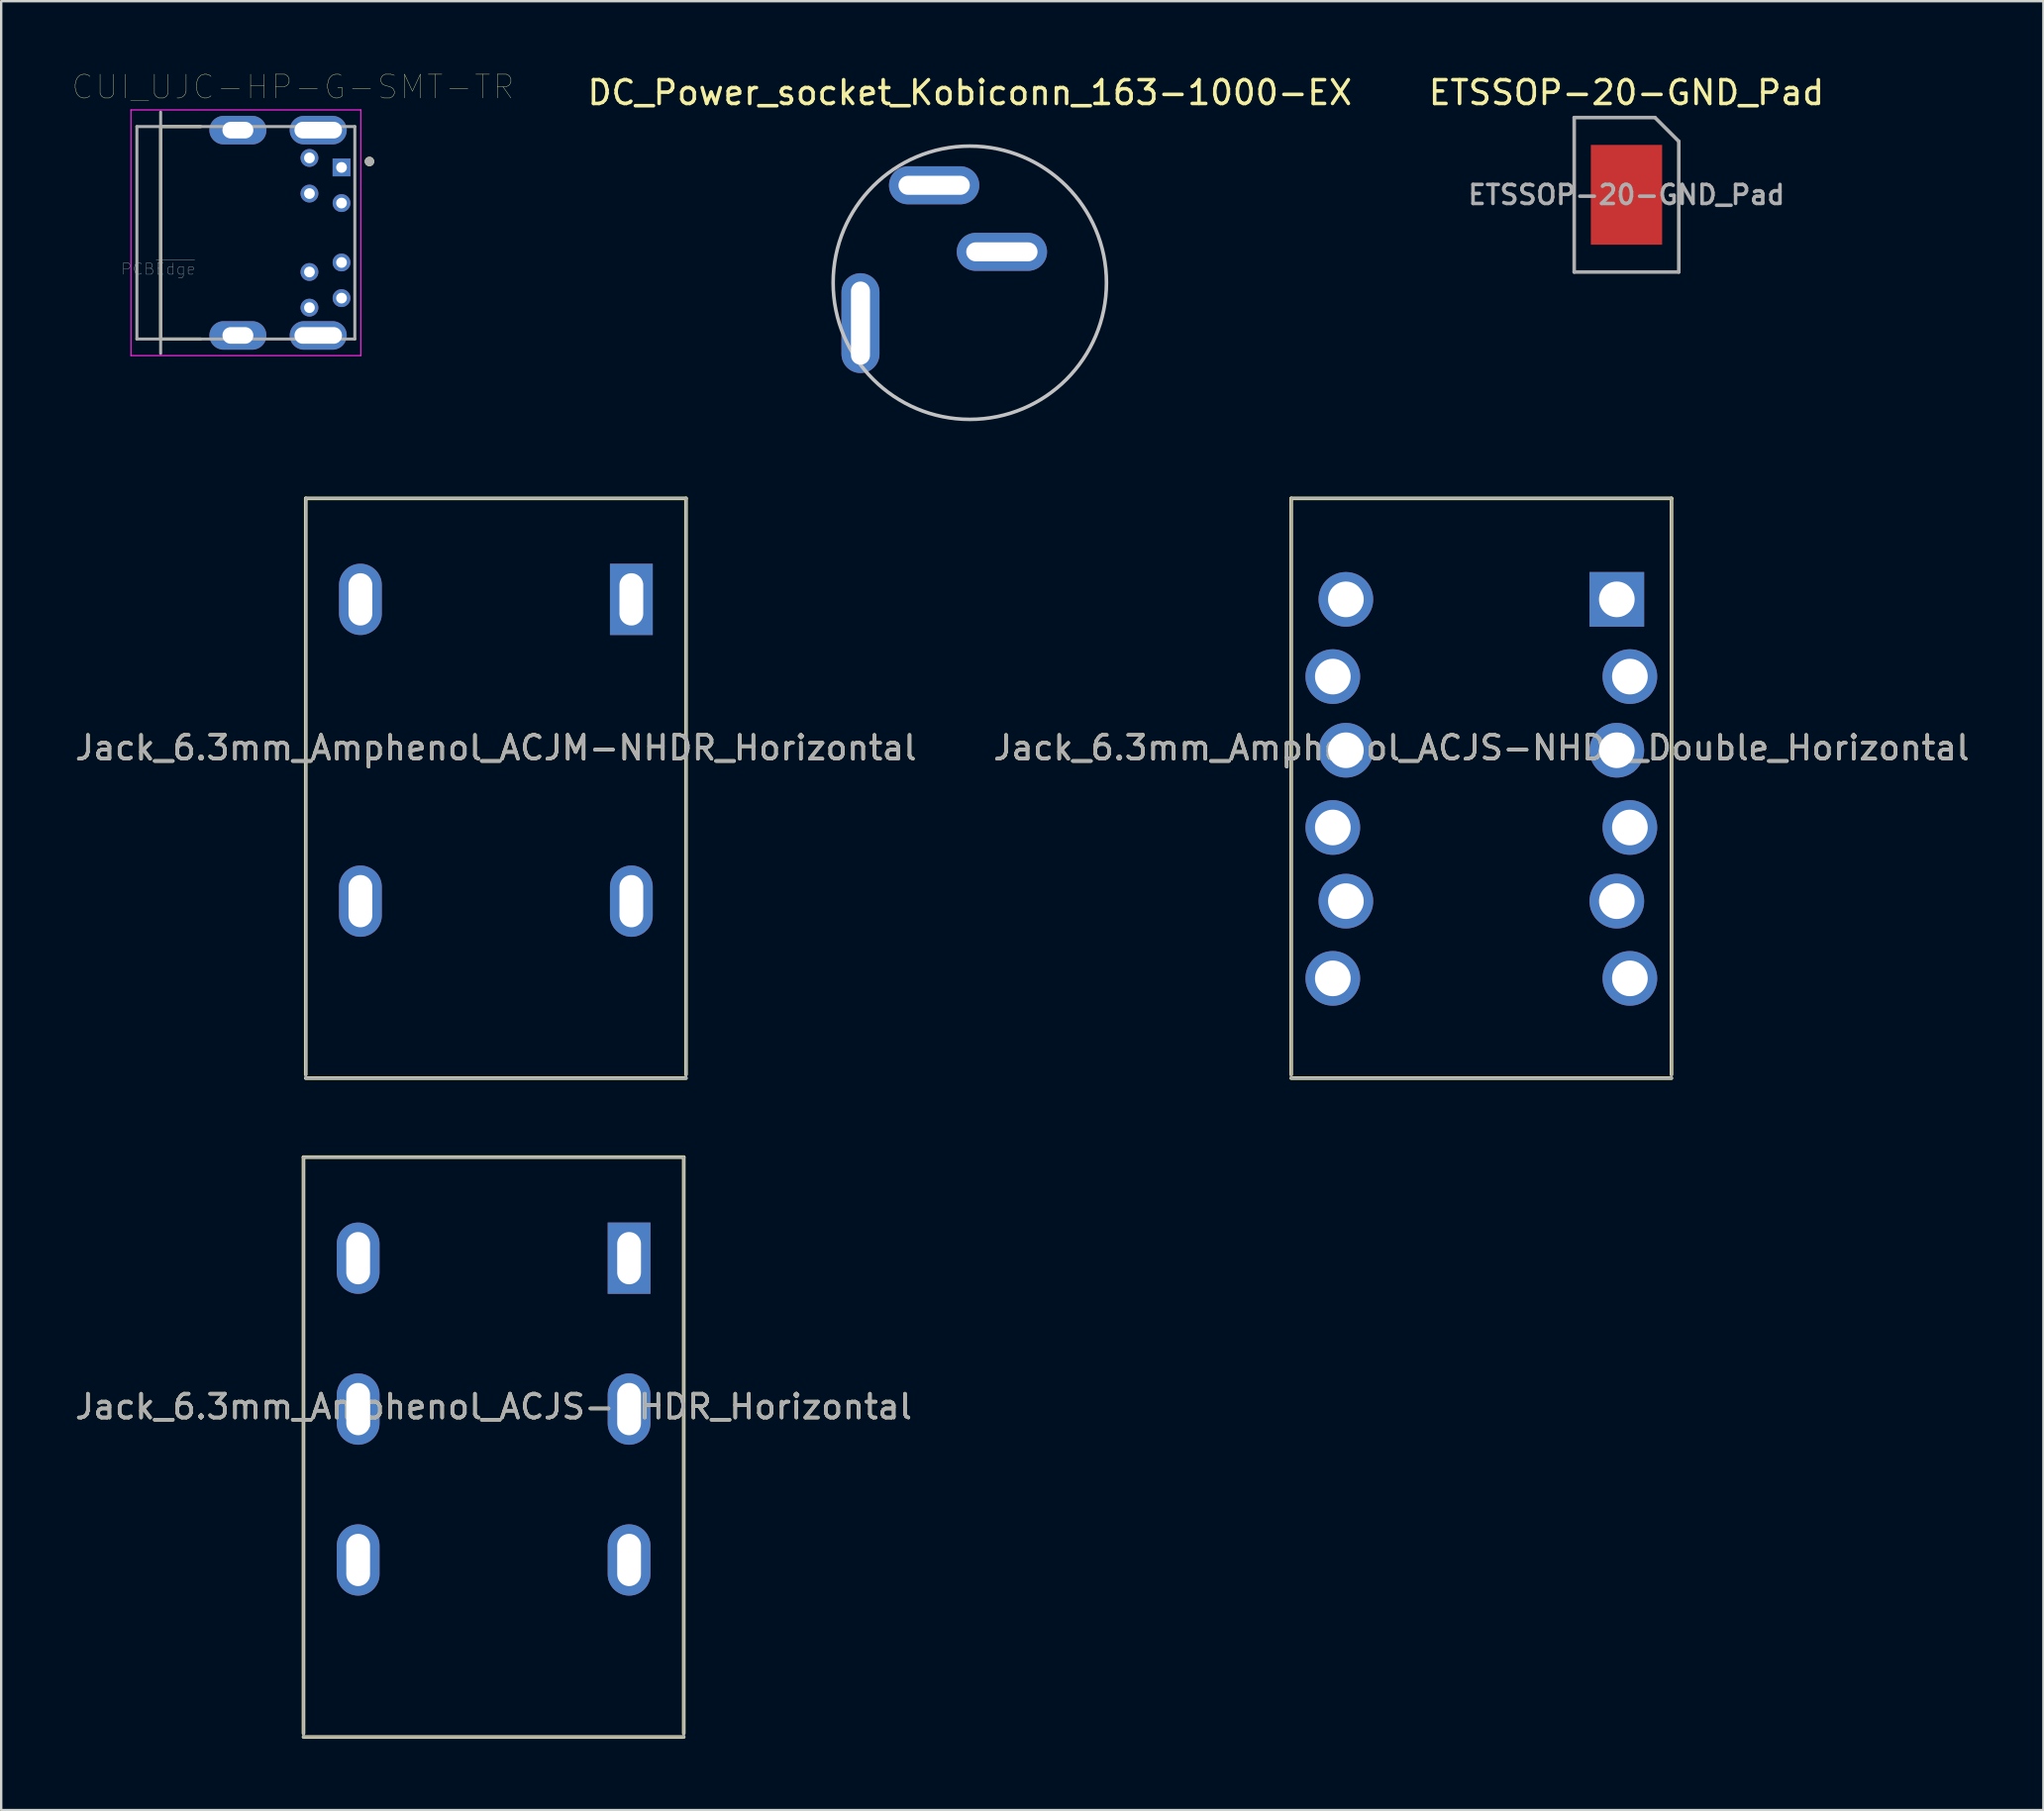
<source format=kicad_pcb>
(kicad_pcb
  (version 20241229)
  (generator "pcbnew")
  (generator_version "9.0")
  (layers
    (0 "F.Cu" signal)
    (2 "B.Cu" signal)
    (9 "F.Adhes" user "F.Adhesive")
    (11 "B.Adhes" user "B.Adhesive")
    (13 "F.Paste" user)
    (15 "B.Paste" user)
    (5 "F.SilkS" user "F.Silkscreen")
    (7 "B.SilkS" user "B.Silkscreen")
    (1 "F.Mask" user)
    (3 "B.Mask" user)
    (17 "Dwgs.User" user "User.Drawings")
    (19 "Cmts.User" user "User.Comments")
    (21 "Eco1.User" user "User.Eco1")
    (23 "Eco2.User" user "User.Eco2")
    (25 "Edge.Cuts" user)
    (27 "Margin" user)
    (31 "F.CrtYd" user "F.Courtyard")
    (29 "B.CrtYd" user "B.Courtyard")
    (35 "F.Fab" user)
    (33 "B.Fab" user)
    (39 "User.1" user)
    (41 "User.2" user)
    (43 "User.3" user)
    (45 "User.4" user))
  (footprint "CUI_UJC-HP-G-SMT-TR"
    (layer "F.Cu")
    (at 7.295 6.746)
    (property "Reference" "CUI_UJC-HP-G-SMT-TR" (at 1.985 -6.135 0) (layer "F.SilkS") (effects (font (size 1 1) (thickness 0.015))))
    (attr through_hole)
    (fp_line (start -3.585 -4.47) (end -3.585 4.47) (stroke (width 0.127) (type solid)) (layer "F.SilkS"))
    (fp_line (start -3.585 4.47) (end -1.9 4.47) (stroke (width 0.127) (type solid)) (layer "F.SilkS"))
    (fp_line (start -1.9 -4.47) (end -3.585 -4.47) (stroke (width 0.127) (type solid)) (layer "F.SilkS"))
    (fp_circle (center 5.2 -3) (end 5.3 -3) (stroke (width 0.2) (type solid)) (fill no) (layer "F.SilkS"))
    (fp_line (start -4.835 -5.17) (end -4.835 5.17) (stroke (width 0.05) (type solid)) (layer "F.CrtYd"))
    (fp_line (start -4.835 5.17) (end 4.835 5.17) (stroke (width 0.05) (type solid)) (layer "F.CrtYd"))
    (fp_line (start 4.835 -5.17) (end -4.835 -5.17) (stroke (width 0.05) (type solid)) (layer "F.CrtYd"))
    (fp_line (start 4.835 5.17) (end 4.835 -5.17) (stroke (width 0.05) (type solid)) (layer "F.CrtYd"))
    (fp_line (start -4.585 -4.47) (end -4.585 4.47) (stroke (width 0.127) (type solid)) (layer "F.Fab"))
    (fp_line (start -4.585 4.47) (end 4.585 4.47) (stroke (width 0.127) (type solid)) (layer "F.Fab"))
    (fp_line (start -3.585 -5.08) (end -3.585 5.08) (stroke (width 0.127) (type solid)) (layer "F.Fab"))
    (fp_line (start 4.585 -4.47) (end -4.585 -4.47) (stroke (width 0.127) (type solid)) (layer "F.Fab"))
    (fp_line (start 4.585 4.47) (end 4.585 -4.47) (stroke (width 0.127) (type solid)) (layer "F.Fab"))
    (fp_circle (center 5.2 -3) (end 5.3 -3) (stroke (width 0.2) (type solid)) (fill no) (layer "F.Fab"))
    (fp_text user "PCB~{Edge}" (at -3.683 1.524 0) (layer "F.Fab") (effects (font (size 0.48 0.48) (thickness 0.015))))
    (pad "A1" thru_hole rect (at 4.025 -2.75) (size 0.75 0.75) (drill 0.45) (layers "*.Cu" "*.Mask"))
    (pad "A4" thru_hole circle (at 4.025 -1.25) (size 0.75 0.75) (drill 0.45) (layers "*.Cu" "*.Mask"))
    (pad "A9" thru_hole circle (at 4.025 1.25) (size 0.75 0.75) (drill 0.45) (layers "*.Cu" "*.Mask"))
    (pad "A12" thru_hole circle (at 4.025 2.75) (size 0.75 0.75) (drill 0.45) (layers "*.Cu" "*.Mask"))
    (pad "B1" thru_hole circle (at 2.675 3.15) (size 0.75 0.75) (drill 0.45) (layers "*.Cu" "*.Mask"))
    (pad "B4" thru_hole circle (at 2.675 1.65) (size 0.75 0.75) (drill 0.45) (layers "*.Cu" "*.Mask"))
    (pad "B9" thru_hole circle (at 2.675 -1.65) (size 0.75 0.75) (drill 0.45) (layers "*.Cu" "*.Mask"))
    (pad "B12" thru_hole circle (at 2.675 -3.15) (size 0.75 0.75) (drill 0.45) (layers "*.Cu" "*.Mask"))
    (pad "S1" thru_hole oval (at 3.045 -4.32) (size 2.4 1.2) (drill oval 2 0.7) (layers "*.Cu" "*.Mask"))
    (pad "S2" thru_hole oval (at 3.045 4.32) (size 2.4 1.2) (drill oval 2 0.7) (layers "*.Cu" "*.Mask"))
    (pad "S3" thru_hole oval (at -0.335 -4.32) (size 2.4 1.2) (drill oval 1.3 0.7) (layers "*.Cu" "*.Mask"))
    (pad "S4" thru_hole oval (at -0.335 4.32) (size 2.4 1.2) (drill oval 1.3 0.7) (layers "*.Cu" "*.Mask")))
  (footprint "Jack_6.3mm_Amphenol_ACJS-NHDR_Horizontal"
    (layer "F.Cu")
    (at 17.72 45.648)
    (property "Reference" "Jack_6.3mm_Amphenol_ACJS-NHDR_Horizontal" (at 0 10.5 0) (layer "F.SilkS") (effects (font (size 1 1) (thickness 0.15))))
    (attr through_hole)
    (fp_line (start -8 0) (end 8 0) (stroke (width 0.15) (type solid)) (layer "F.SilkS"))
    (fp_line (start -8 24.25) (end -8 0) (stroke (width 0.15) (type solid)) (layer "F.SilkS"))
    (fp_line (start 8 0) (end 8 24.25) (stroke (width 0.15) (type solid)) (layer "F.SilkS"))
    (fp_line (start 8 24.4) (end -8 24.4) (stroke (width 0.15) (type solid)) (layer "F.SilkS"))
    (fp_line (start -8 0) (end 8 0) (stroke (width 0.1) (type solid)) (layer "F.Fab"))
    (fp_line (start -8 24.4) (end -8 0) (stroke (width 0.1) (type solid)) (layer "F.Fab"))
    (fp_line (start -8 24.4) (end 8 24.4) (stroke (width 0.1) (type solid)) (layer "F.Fab"))
    (fp_line (start 8 24.4) (end 8 0) (stroke (width 0.1) (type solid)) (layer "F.Fab"))
    (fp_text user "${REFERENCE}" (at 0 10.5 0) (layer "F.Fab") (effects (font (size 1 1) (thickness 0.15))))
    (pad "1" thru_hole rect (at 5.7 4.25) (size 1.8 3) (drill oval 1 2.2) (layers "*.Cu" "*.Mask"))
    (pad "2" thru_hole oval (at 5.7 10.6) (size 1.8 3) (drill oval 1 2.2) (layers "*.Cu" "*.Mask"))
    (pad "3" thru_hole oval (at 5.7 16.95) (size 1.8 3) (drill oval 1 2.2) (layers "*.Cu" "*.Mask"))
    (pad "4" thru_hole oval (at -5.7 4.25) (size 1.8 3) (drill oval 1 2.2) (layers "*.Cu" "*.Mask"))
    (pad "5" thru_hole oval (at -5.7 10.6) (size 1.8 3) (drill oval 1 2.2) (layers "*.Cu" "*.Mask"))
    (pad "6" thru_hole oval (at -5.7 16.95) (size 1.8 3) (drill oval 1 2.2) (layers "*.Cu" "*.Mask")))
  (footprint "Jack_6.3mm_Amphenol_ACJM-NHDR_Horizontal"
    (layer "F.Cu")
    (at 17.815 17.923)
    (property "Reference" "Jack_6.3mm_Amphenol_ACJM-NHDR_Horizontal" (at 0 10.5 0) (layer "F.SilkS") (effects (font (size 1 1) (thickness 0.15))))
    (attr through_hole)
    (fp_line (start -8 0) (end 8 0) (stroke (width 0.15) (type solid)) (layer "F.SilkS"))
    (fp_line (start -8 24.25) (end -8 0) (stroke (width 0.15) (type solid)) (layer "F.SilkS"))
    (fp_line (start 8 0) (end 8 24.25) (stroke (width 0.15) (type solid)) (layer "F.SilkS"))
    (fp_line (start 8 24.4) (end -8 24.4) (stroke (width 0.15) (type solid)) (layer "F.SilkS"))
    (fp_line (start -8 0) (end 8 0) (stroke (width 0.1) (type solid)) (layer "F.Fab"))
    (fp_line (start -8 24.4) (end -8 0) (stroke (width 0.1) (type solid)) (layer "F.Fab"))
    (fp_line (start -8 24.4) (end 8 24.4) (stroke (width 0.1) (type solid)) (layer "F.Fab"))
    (fp_line (start 8 24.4) (end 8 0) (stroke (width 0.1) (type solid)) (layer "F.Fab"))
    (fp_text user "${REFERENCE}" (at 0 10.5 0) (layer "F.Fab") (effects (font (size 1 1) (thickness 0.15))))
    (pad "1" thru_hole rect (at 5.7 4.25) (size 1.8 3) (drill oval 1 2.2) (layers "*.Cu" "*.Mask"))
    (pad "3" thru_hole oval (at 5.7 16.95) (size 1.8 3) (drill oval 1 2.2) (layers "*.Cu" "*.Mask"))
    (pad "4" thru_hole oval (at -5.7 4.25) (size 1.8 3) (drill oval 1 2.2) (layers "*.Cu" "*.Mask"))
    (pad "6" thru_hole oval (at -5.7 16.95) (size 1.8 3) (drill oval 1 2.2) (layers "*.Cu" "*.Mask")))
  (footprint "ETSSOP-20-GND_Pad"
    (layer "F.Cu")
    (at 65.387 5.148)
    (property "Reference" "ETSSOP-20-GND_Pad" (at 0 -4.3 0) (layer "F.SilkS") (effects (font (size 1 1) (thickness 0.15))))
    (attr smd)
    (fp_line (start -2.2 -3.25) (end 1.2 -3.25) (stroke (width 0.15) (type solid)) (layer "F.Fab"))
    (fp_line (start -2.2 3.25) (end -2.2 -3.25) (stroke (width 0.15) (type solid)) (layer "F.Fab"))
    (fp_line (start 2.2 -2.25) (end 1.2 -3.25) (stroke (width 0.15) (type solid)) (layer "F.Fab"))
    (fp_line (start 2.2 -2.25) (end 2.2 3.25) (stroke (width 0.15) (type solid)) (layer "F.Fab"))
    (fp_line (start 2.2 3.25) (end -2.2 3.25) (stroke (width 0.15) (type solid)) (layer "F.Fab"))
    (fp_text user "${REFERENCE}" (at 0 0 0) (layer "F.Fab") (effects (font (size 0.8 0.8) (thickness 0.15))))
    (pad "" smd rect (at -0.75 -1.4) (size 1.2 1.14) (layers "F.Paste"))
    (pad "" smd rect (at -0.75 0) (size 1.2 1.14) (layers "F.Paste"))
    (pad "" smd rect (at -0.75 1.4) (size 1.2 1.14) (layers "F.Paste"))
    (pad "" smd rect (at 0.75 -1.4) (size 1.2 1.14) (layers "F.Paste"))
    (pad "" smd rect (at 0.75 0) (size 1.2 1.14) (layers "F.Paste"))
    (pad "" smd rect (at 0.75 1.4) (size 1.2 1.14) (layers "F.Paste"))
    (pad "21" smd rect (at 0 0) (size 3 4.2) (layers "F.Cu" "F.Mask" "F.Paste")))
  (footprint "DC_Power_socket_Kobiconn_163-1000-EX"
    (layer "F.Cu")
    (at 37.756 8.848)
    (property "Reference" "DC_Power_socket_Kobiconn_163-1000-EX" (at 0 -8 0) (layer "F.SilkS") (effects (font (size 1 1) (thickness 0.15))))
    (attr through_hole)
    (fp_circle (center 0 0) (end 5.75 0) (stroke (width 0.15) (type solid)) (fill no) (layer "Dwgs.User"))
    (pad "1" thru_hole oval (at -4.6 1.7) (size 1.6 4.2) (drill oval 0.8 3.5) (layers "*.Cu" "*.Mask"))
    (pad "2" thru_hole oval (at 1.35 -1.3) (size 3.8 1.6) (drill oval 3 0.8) (layers "*.Cu" "*.Mask"))
    (pad "3" thru_hole oval (at -1.5 -4.1) (size 3.8 1.6) (drill oval 3 0.8) (layers "*.Cu" "*.Mask")))
  (footprint "Jack_6.3mm_Amphenol_ACJS-NHDC_Double_Horizontal"
    (layer "F.Cu")
    (at 59.28 17.923)
    (property "Reference" "Jack_6.3mm_Amphenol_ACJS-NHDC_Double_Horizontal" (at 0 10.5 0) (layer "F.SilkS") (effects (font (size 1 1) (thickness 0.15))))
    (attr through_hole)
    (fp_line (start -8 0) (end 8 0) (stroke (width 0.15) (type solid)) (layer "F.SilkS"))
    (fp_line (start -8 24.25) (end -8 0) (stroke (width 0.15) (type solid)) (layer "F.SilkS"))
    (fp_line (start 8 0) (end 8 24.25) (stroke (width 0.15) (type solid)) (layer "F.SilkS"))
    (fp_line (start 8 24.4) (end -8 24.4) (stroke (width 0.15) (type solid)) (layer "F.SilkS"))
    (fp_line (start -8 0) (end 8 0) (stroke (width 0.1) (type solid)) (layer "F.Fab"))
    (fp_line (start -8 24.4) (end -8 0) (stroke (width 0.1) (type solid)) (layer "F.Fab"))
    (fp_line (start -8 24.4) (end 8 24.4) (stroke (width 0.1) (type solid)) (layer "F.Fab"))
    (fp_line (start 8 24.4) (end 8 0) (stroke (width 0.1) (type solid)) (layer "F.Fab"))
    (fp_text user "${REFERENCE}" (at 0 10.5 0) (layer "F.Fab") (effects (font (size 1 1) (thickness 0.15))))
    (pad "1" thru_hole rect (at 5.7 4.25) (size 2.3 2.3) (drill 1.5) (layers "*.Cu" "*.Mask"))
    (pad "2" thru_hole circle (at 5.7 10.6) (size 2.3 2.3) (drill 1.5) (layers "*.Cu" "*.Mask"))
    (pad "3" thru_hole circle (at 5.7 16.95) (size 2.3 2.3) (drill 1.5) (layers "*.Cu" "*.Mask"))
    (pad "4" thru_hole circle (at -5.7 4.25) (size 2.3 2.3) (drill 1.5) (layers "*.Cu" "*.Mask"))
    (pad "5" thru_hole circle (at -5.7 10.6) (size 2.3 2.3) (drill 1.5) (layers "*.Cu" "*.Mask"))
    (pad "6" thru_hole circle (at -5.7 16.95) (size 2.3 2.3) (drill 1.5) (layers "*.Cu" "*.Mask"))
    (pad "7" thru_hole circle (at 6.25 7.5) (size 2.3 2.3) (drill 1.5) (layers "*.Cu" "*.Mask"))
    (pad "8" thru_hole circle (at 6.25 13.85) (size 2.3 2.3) (drill 1.5) (layers "*.Cu" "*.Mask"))
    (pad "9" thru_hole circle (at 6.25 20.2) (size 2.3 2.3) (drill 1.5) (layers "*.Cu" "*.Mask"))
    (pad "10" thru_hole circle (at -6.25 7.5) (size 2.3 2.3) (drill 1.5) (layers "*.Cu" "*.Mask"))
    (pad "11" thru_hole circle (at -6.25 13.85) (size 2.3 2.3) (drill 1.5) (layers "*.Cu" "*.Mask"))
    (pad "12" thru_hole circle (at -6.25 20.2) (size 2.3 2.3) (drill 1.5) (layers "*.Cu" "*.Mask")))
  (gr_rect
    (start -3 -3)
    (end 82.929 73.123)
    (stroke (width 0.1) (type default))
    (fill no)
    (layer "Edge.Cuts")))
</source>
